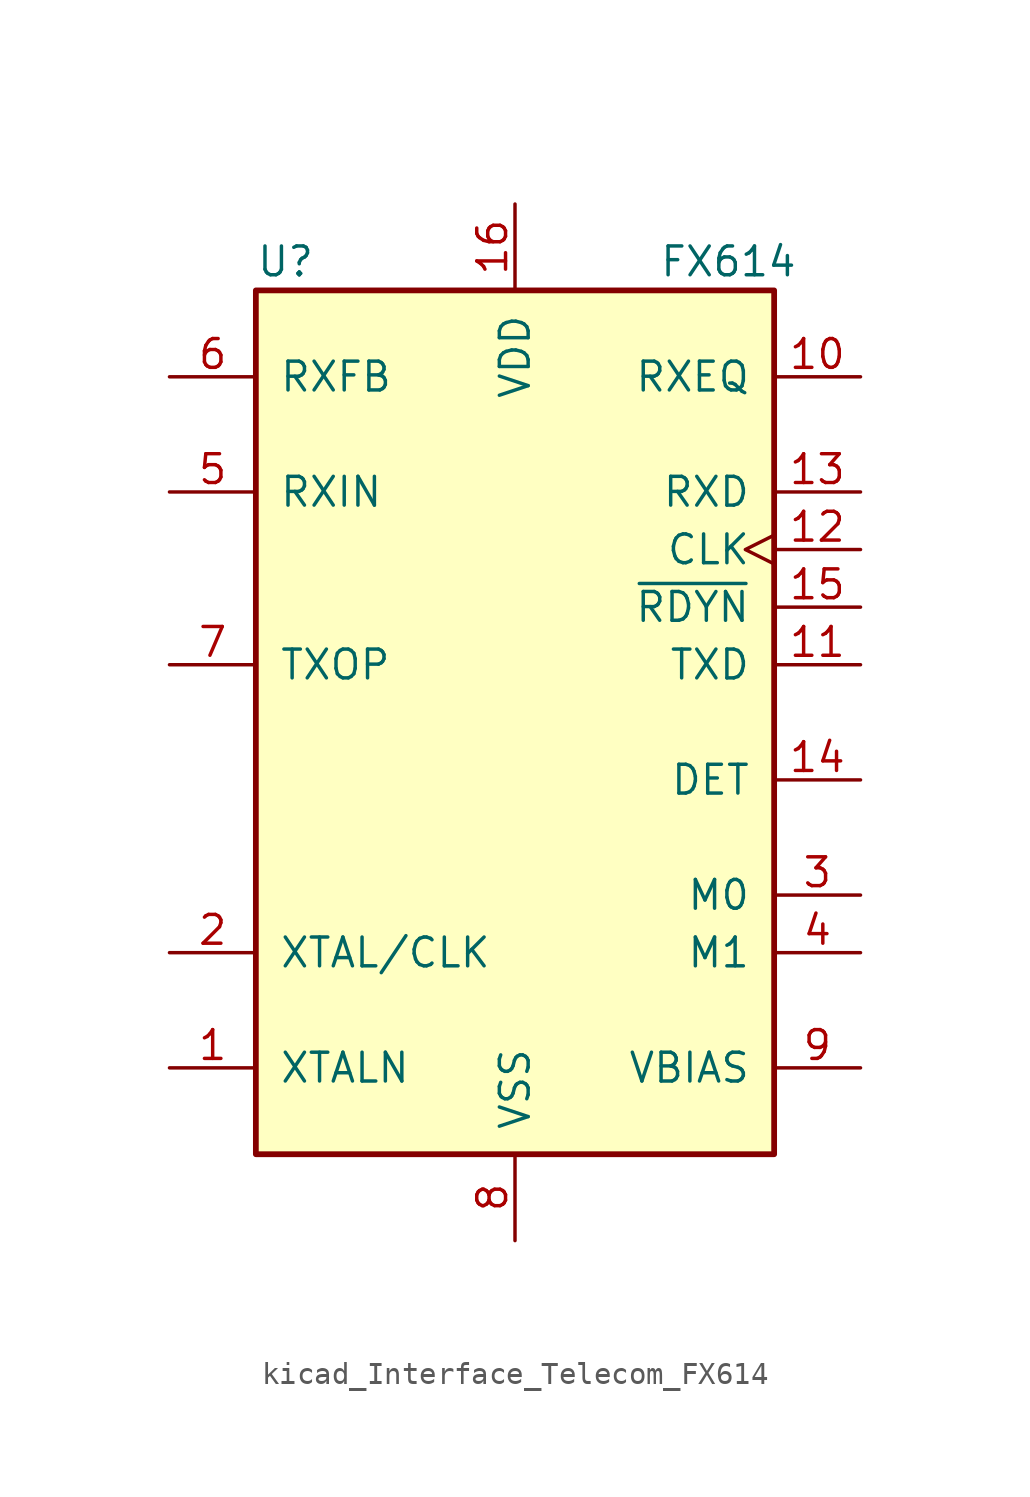
<source format=kicad_sym>
(kicad_symbol_lib
  (version 20220914)
  (generator kicad_symbol_editor)
  (symbol "kicad_Interface_Telecom_FX614"
    (pin_names
      (offset 1.016))
    (property "Reference" "U"
      (at -11.43 20.32 0)
      (effects (font (size 1.27 1.27)) (justify left)))
    (property "Value" "FX614"
      (at 6.35 20.32 0)
      (effects (font (size 1.27 1.27)) (justify left)))
    (symbol "kicad_Interface_Telecom_FX614_0_1"
      (rectangle (start -11.43 19.05) (end 11.43 -19.05) (stroke (width 0.254) (type default)) (fill (type background))))
    (symbol "kicad_Interface_Telecom_FX614_1_1"
      (pin output line (at -15.24 -15.24 0) (length 3.81) (name "XTALN" (effects (font (size 1.27 1.27)))) (number "1" (effects (font (size 1.27 1.27)))))
      (pin input line (at 15.24 15.24 180) (length 3.81) (name "RXEQ" (effects (font (size 1.27 1.27)))) (number "10" (effects (font (size 1.27 1.27)))))
      (pin input line (at 15.24 2.54 180) (length 3.81) (name "TXD" (effects (font (size 1.27 1.27)))) (number "11" (effects (font (size 1.27 1.27)))))
      (pin input clock (at 15.24 7.62 180) (length 3.81) (name "CLK" (effects (font (size 1.27 1.27)))) (number "12" (effects (font (size 1.27 1.27)))))
      (pin output line (at 15.24 10.16 180) (length 3.81) (name "RXD" (effects (font (size 1.27 1.27)))) (number "13" (effects (font (size 1.27 1.27)))))
      (pin output line (at 15.24 -2.54 180) (length 3.81) (name "DET" (effects (font (size 1.27 1.27)))) (number "14" (effects (font (size 1.27 1.27)))))
      (pin output line (at 15.24 5.08 180) (length 3.81) (name "~{RDYN}" (effects (font (size 1.27 1.27)))) (number "15" (effects (font (size 1.27 1.27)))))
      (pin power_in line (at 0 22.86 270) (length 3.81) (name "VDD" (effects (font (size 1.27 1.27)))) (number "16" (effects (font (size 1.27 1.27)))))
      (pin input line (at -15.24 -10.16 0) (length 3.81) (name "XTAL/CLK" (effects (font (size 1.27 1.27)))) (number "2" (effects (font (size 1.27 1.27)))))
      (pin input line (at 15.24 -7.62 180) (length 3.81) (name "M0" (effects (font (size 1.27 1.27)))) (number "3" (effects (font (size 1.27 1.27)))))
      (pin input line (at 15.24 -10.16 180) (length 3.81) (name "M1" (effects (font (size 1.27 1.27)))) (number "4" (effects (font (size 1.27 1.27)))))
      (pin input line (at -15.24 10.16 0) (length 3.81) (name "RXIN" (effects (font (size 1.27 1.27)))) (number "5" (effects (font (size 1.27 1.27)))))
      (pin output line (at -15.24 15.24 0) (length 3.81) (name "RXFB" (effects (font (size 1.27 1.27)))) (number "6" (effects (font (size 1.27 1.27)))))
      (pin output line (at -15.24 2.54 0) (length 3.81) (name "TXOP" (effects (font (size 1.27 1.27)))) (number "7" (effects (font (size 1.27 1.27)))))
      (pin power_in line (at 0 -22.86 90) (length 3.81) (name "VSS" (effects (font (size 1.27 1.27)))) (number "8" (effects (font (size 1.27 1.27)))))
      (pin passive line (at 15.24 -15.24 180) (length 3.81) (name "VBIAS" (effects (font (size 1.27 1.27)))) (number "9" (effects (font (size 1.27 1.27))))))))
</source>
